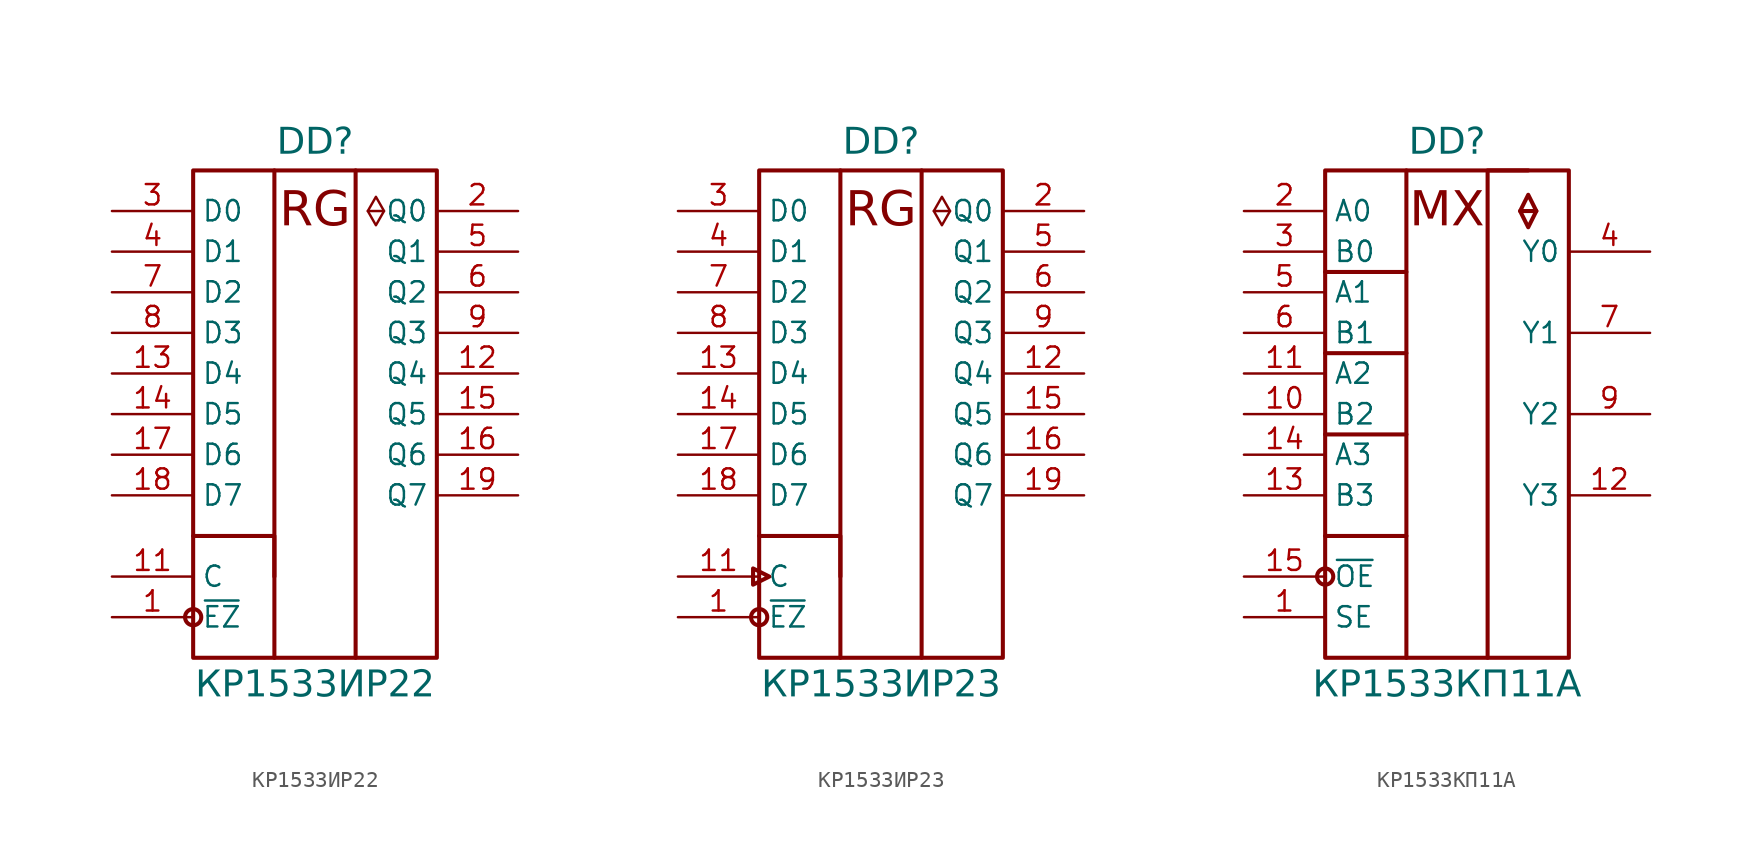
<source format=kicad_sym>
(kicad_symbol_lib
  (version 20241209)
  (generator "kicad_symbol_editor")
  (generator_version "9.0")
  (symbol "КР1533ИР22"
    (property "Reference" "DD"
      (at 12.7 3.302 0)
      (do_not_autoplace)
      (effects (font (face "Input Sans Condensed") (size 1.651 1.651)) (justify bottom)))
    (property "Value" "КР1533ИР22"
      (at 12.7 -28.702 0)
      (do_not_autoplace)
      (effects (font (face "Input Sans Condensed") (size 1.651 1.651)) (justify top)))
    (symbol "КР1533ИР22_0_0"
      (rectangle (start 5.08 2.54) (end 10.16 -27.94) (stroke (width 0.254) (type solid)) (fill (type none)))
      (polyline (pts (xy 5.08 -20.32) (xy 10.16 -20.32) (xy 10.16 -22.86)) (stroke (width 0.254) (type solid)) (fill (type none)))
      (circle (center 5.08 -25.4) (radius 0.508) (stroke (width 0.254) (type solid)) (fill (type color) (color 255 255 255 1)))
      (polyline (pts (xy 10.16 2.54) (xy 15.24 2.54)) (stroke (width 0.254) (type solid)) (fill (type none)))
      (polyline (pts (xy 10.16 -27.94) (xy 15.24 -27.94)) (stroke (width 0.254) (type solid)) (fill (type none)))
      (rectangle (start 15.24 2.54) (end 20.32 -27.94) (stroke (width 0.254) (type solid)) (fill (type none)))
      (pin input line (at 0 0 0) (length 5.08) (name "D0" (effects (font (size 1.27 1.27)))) (number "3" (effects (font (size 1.27 1.27)))))
      (pin input line (at 0 -2.54 0) (length 5.08) (name "D1" (effects (font (size 1.27 1.27)))) (number "4" (effects (font (size 1.27 1.27)))))
      (pin input line (at 0 -5.08 0) (length 5.08) (name "D2" (effects (font (size 1.27 1.27)))) (number "7" (effects (font (size 1.27 1.27)))))
      (pin input line (at 0 -7.62 0) (length 5.08) (name "D3" (effects (font (size 1.27 1.27)))) (number "8" (effects (font (size 1.27 1.27)))))
      (pin input line (at 0 -10.16 0) (length 5.08) (name "D4" (effects (font (size 1.27 1.27)))) (number "13" (effects (font (size 1.27 1.27)))))
      (pin input line (at 0 -12.7 0) (length 5.08) (name "D5" (effects (font (size 1.27 1.27)))) (number "14" (effects (font (size 1.27 1.27)))))
      (pin input line (at 0 -17.78 0) (length 5.08) (name "D7" (effects (font (size 1.27 1.27)))) (number "18" (effects (font (size 1.27 1.27)))))
      (pin input line (at 0 -22.86 0) (length 5.08) (name "C" (effects (font (size 1.27 1.27)))) (number "11" (effects (font (size 1.27 1.27))))))
    (symbol "КР1533ИР22_0_1"
      (polyline (pts (xy 16.002 0) (xy 17.018 0)) (stroke (width 0) (type default)) (fill (type none)))
      (polyline (pts (xy 16.51 0.889) (xy 16.002 0) (xy 16.51 -0.889) (xy 17.018 0) (xy 16.51 0.889)) (stroke (width 0) (type default)) (fill (type none))))
    (symbol "КР1533ИР22_1_0"
      (pin input line (at 0 -15.24 0) (length 5.08) (name "D6" (effects (font (size 1.27 1.27)))) (number "17" (effects (font (size 1.27 1.27)))))
      (pin input line (at 0 -25.4 0) (length 5.08) (name "~{EZ}" (effects (font (size 1.27 1.27)))) (number "1" (effects (font (size 1.27 1.27)))))
      (pin power_in line (at 22.86 -22.86 180) (length 2.54) (hide yes) (name "VCC" (effects (font (size 1.27 1.27)))) (number "20" (effects (font (size 1.27 1.27)))))
      (pin power_in line (at 22.86 -25.4 180) (length 2.54) (hide yes) (name "GND" (effects (font (size 1.27 1.27)))) (number "10" (effects (font (size 1.27 1.27)))))
      (pin tri_state line (at 25.4 0 180) (length 5.08) (name "Q0" (effects (font (size 1.27 1.27)))) (number "2" (effects (font (size 1.27 1.27)))))
      (pin tri_state line (at 25.4 -2.54 180) (length 5.08) (name "Q1" (effects (font (size 1.27 1.27)))) (number "5" (effects (font (size 1.27 1.27)))))
      (pin tri_state line (at 25.4 -5.08 180) (length 5.08) (name "Q2" (effects (font (size 1.27 1.27)))) (number "6" (effects (font (size 1.27 1.27)))))
      (pin tri_state line (at 25.4 -7.62 180) (length 5.08) (name "Q3" (effects (font (size 1.27 1.27)))) (number "9" (effects (font (size 1.27 1.27)))))
      (pin tri_state line (at 25.4 -10.16 180) (length 5.08) (name "Q4" (effects (font (size 1.27 1.27)))) (number "12" (effects (font (size 1.27 1.27)))))
      (pin tri_state line (at 25.4 -12.7 180) (length 5.08) (name "Q5" (effects (font (size 1.27 1.27)))) (number "15" (effects (font (size 1.27 1.27)))))
      (pin tri_state line (at 25.4 -15.24 180) (length 5.08) (name "Q6" (effects (font (size 1.27 1.27)))) (number "16" (effects (font (size 1.27 1.27)))))
      (pin tri_state line (at 25.4 -17.78 180) (length 5.08) (name "Q7" (effects (font (size 1.27 1.27)))) (number "19" (effects (font (size 1.27 1.27))))))
    (symbol "КР1533ИР22_1_1"
      (text "RG" (at 12.7 0 0) (effects (font (face "Input Sans Condensed") (size 2.159 2.159))))))
  (symbol "КР1533ИР23"
    (property "Reference" "DD"
      (at 12.7 3.302 0)
      (do_not_autoplace)
      (effects (font (face "Input Sans Condensed") (size 1.651 1.651)) (justify bottom)))
    (property "Value" "КР1533ИР23"
      (at 12.7 -28.702 0)
      (do_not_autoplace)
      (effects (font (face "Input Sans Condensed") (size 1.651 1.651)) (justify top)))
    (symbol "КР1533ИР23_0_0"
      (rectangle (start 5.08 2.54) (end 10.16 -27.94) (stroke (width 0.254) (type solid)) (fill (type none)))
      (polyline (pts (xy 5.08 -20.32) (xy 10.16 -20.32) (xy 10.16 -22.86)) (stroke (width 0.254) (type solid)) (fill (type none)))
      (circle (center 5.08 -25.4) (radius 0.508) (stroke (width 0.254) (type solid)) (fill (type color) (color 255 255 255 1)))
      (polyline (pts (xy 10.16 2.54) (xy 15.24 2.54)) (stroke (width 0.254) (type solid)) (fill (type none)))
      (polyline (pts (xy 10.16 -27.94) (xy 15.24 -27.94)) (stroke (width 0.254) (type solid)) (fill (type none)))
      (rectangle (start 15.24 2.54) (end 20.32 -27.94) (stroke (width 0.254) (type solid)) (fill (type none)))
      (pin input line (at 0 0 0) (length 5.08) (name "D0" (effects (font (size 1.27 1.27)))) (number "3" (effects (font (size 1.27 1.27)))))
      (pin input line (at 0 -2.54 0) (length 5.08) (name "D1" (effects (font (size 1.27 1.27)))) (number "4" (effects (font (size 1.27 1.27)))))
      (pin input line (at 0 -5.08 0) (length 5.08) (name "D2" (effects (font (size 1.27 1.27)))) (number "7" (effects (font (size 1.27 1.27)))))
      (pin input line (at 0 -7.62 0) (length 5.08) (name "D3" (effects (font (size 1.27 1.27)))) (number "8" (effects (font (size 1.27 1.27)))))
      (pin input line (at 0 -10.16 0) (length 5.08) (name "D4" (effects (font (size 1.27 1.27)))) (number "13" (effects (font (size 1.27 1.27)))))
      (pin input line (at 0 -12.7 0) (length 5.08) (name "D5" (effects (font (size 1.27 1.27)))) (number "14" (effects (font (size 1.27 1.27)))))
      (pin input line (at 0 -17.78 0) (length 5.08) (name "D7" (effects (font (size 1.27 1.27)))) (number "18" (effects (font (size 1.27 1.27)))))
      (pin input line (at 0 -22.86 0) (length 5.08) (name "C" (effects (font (size 1.27 1.27)))) (number "11" (effects (font (size 1.27 1.27))))))
    (symbol "КР1533ИР23_0_1"
      (polyline (pts (xy 4.699 -22.352) (xy 5.715 -22.86) (xy 4.699 -23.368) (xy 4.699 -22.352)) (stroke (width 0.254) (type default)) (fill (type color) (color 255 255 255 1)))
      (polyline (pts (xy 16.002 0) (xy 17.018 0)) (stroke (width 0) (type default)) (fill (type none)))
      (polyline (pts (xy 16.51 0.889) (xy 16.002 0) (xy 16.51 -0.889) (xy 17.018 0) (xy 16.51 0.889)) (stroke (width 0) (type default)) (fill (type none))))
    (symbol "КР1533ИР23_1_0"
      (pin input line (at 0 -15.24 0) (length 5.08) (name "D6" (effects (font (size 1.27 1.27)))) (number "17" (effects (font (size 1.27 1.27)))))
      (pin input line (at 0 -25.4 0) (length 5.08) (name "~{EZ}" (effects (font (size 1.27 1.27)))) (number "1" (effects (font (size 1.27 1.27)))))
      (pin power_in line (at 22.86 -22.86 180) (length 2.54) (hide yes) (name "VCC" (effects (font (size 1.27 1.27)))) (number "20" (effects (font (size 1.27 1.27)))))
      (pin power_in line (at 22.86 -25.4 180) (length 2.54) (hide yes) (name "GND" (effects (font (size 1.27 1.27)))) (number "10" (effects (font (size 1.27 1.27)))))
      (pin tri_state line (at 25.4 0 180) (length 5.08) (name "Q0" (effects (font (size 1.27 1.27)))) (number "2" (effects (font (size 1.27 1.27)))))
      (pin tri_state line (at 25.4 -2.54 180) (length 5.08) (name "Q1" (effects (font (size 1.27 1.27)))) (number "5" (effects (font (size 1.27 1.27)))))
      (pin tri_state line (at 25.4 -5.08 180) (length 5.08) (name "Q2" (effects (font (size 1.27 1.27)))) (number "6" (effects (font (size 1.27 1.27)))))
      (pin tri_state line (at 25.4 -7.62 180) (length 5.08) (name "Q3" (effects (font (size 1.27 1.27)))) (number "9" (effects (font (size 1.27 1.27)))))
      (pin tri_state line (at 25.4 -10.16 180) (length 5.08) (name "Q4" (effects (font (size 1.27 1.27)))) (number "12" (effects (font (size 1.27 1.27)))))
      (pin tri_state line (at 25.4 -12.7 180) (length 5.08) (name "Q5" (effects (font (size 1.27 1.27)))) (number "15" (effects (font (size 1.27 1.27)))))
      (pin tri_state line (at 25.4 -15.24 180) (length 5.08) (name "Q6" (effects (font (size 1.27 1.27)))) (number "16" (effects (font (size 1.27 1.27)))))
      (pin tri_state line (at 25.4 -17.78 180) (length 5.08) (name "Q7" (effects (font (size 1.27 1.27)))) (number "19" (effects (font (size 1.27 1.27))))))
    (symbol "КР1533ИР23_1_1"
      (text "RG" (at 12.7 0 0) (effects (font (face "Input Sans Condensed") (size 2.159 2.159))))))
  (symbol "КР1533КП11A"
    (property "Reference" "DD"
      (at 12.7 3.302 0)
      (do_not_autoplace)
      (effects (font (face "Input Sans Condensed") (size 1.651 1.651)) (justify bottom)))
    (property "Value" "КР1533КП11A"
      (at 12.7 -28.702 0)
      (do_not_autoplace)
      (effects (font (face "Input Sans Condensed") (size 1.651 1.651)) (justify top)))
    (symbol "КР1533КП11A_0_0"
      (rectangle (start 5.08 2.54) (end 10.16 -27.94) (stroke (width 0.254) (type solid)) (fill (type none)))
      (polyline (pts (xy 5.08 -3.81) (xy 10.16 -3.81) (xy 8.89 -3.81)) (stroke (width 0.254) (type solid)) (fill (type none)))
      (polyline (pts (xy 5.08 -8.89) (xy 10.16 -8.89)) (stroke (width 0.254) (type solid)) (fill (type none)))
      (polyline (pts (xy 5.08 -13.97) (xy 10.16 -13.97)) (stroke (width 0.254) (type solid)) (fill (type none)))
      (polyline (pts (xy 5.08 -20.32) (xy 10.16 -20.32)) (stroke (width 0.254) (type solid)) (fill (type none)))
      (circle (center 5.08 -22.86) (radius 0.508) (stroke (width 0.254) (type solid)) (fill (type color) (color 255 255 255 1)))
      (polyline (pts (xy 10.16 2.54) (xy 17.78 2.54)) (stroke (width 0.254) (type solid)) (fill (type none)))
      (polyline (pts (xy 10.16 -27.94) (xy 15.24 -27.94)) (stroke (width 0.254) (type solid)) (fill (type none)))
      (rectangle (start 15.24 2.54) (end 20.32 -27.94) (stroke (width 0.254) (type solid)) (fill (type none)))
      (polyline (pts (xy 17.272 0) (xy 18.288 0)) (stroke (width 0.254) (type solid)) (fill (type none)))
      (polyline (pts (xy 17.78 1.016) (xy 17.272 0) (xy 17.78 -1.016) (xy 18.288 0) (xy 17.78 1.016)) (stroke (width 0.254) (type solid)) (fill (type none))))
    (symbol "КР1533КП11A_1_0"
      (pin input line (at 0 0 0) (length 5.08) (name "A0" (effects (font (size 1.27 1.27)))) (number "2" (effects (font (size 1.27 1.27)))))
      (pin input line (at 0 -2.54 0) (length 5.08) (name "B0" (effects (font (size 1.27 1.27)))) (number "3" (effects (font (size 1.27 1.27)))))
      (pin input line (at 0 -5.08 0) (length 5.08) (name "A1" (effects (font (size 1.27 1.27)))) (number "5" (effects (font (size 1.27 1.27)))))
      (pin input line (at 0 -7.62 0) (length 5.08) (name "B1" (effects (font (size 1.27 1.27)))) (number "6" (effects (font (size 1.27 1.27)))))
      (pin input line (at 0 -10.16 0) (length 5.08) (name "A2" (effects (font (size 1.27 1.27)))) (number "11" (effects (font (size 1.27 1.27)))))
      (pin input line (at 0 -12.7 0) (length 5.08) (name "B2" (effects (font (size 1.27 1.27)))) (number "10" (effects (font (size 1.27 1.27)))))
      (pin input line (at 0 -15.24 0) (length 5.08) (name "A3" (effects (font (size 1.27 1.27)))) (number "14" (effects (font (size 1.27 1.27)))))
      (pin input line (at 0 -17.78 0) (length 5.08) (name "B3" (effects (font (size 1.27 1.27)))) (number "13" (effects (font (size 1.27 1.27)))))
      (pin input line (at 0 -22.86 0) (length 5.08) (name "~{OE}" (effects (font (size 1.27 1.27)))) (number "15" (effects (font (size 1.27 1.27)))))
      (pin input line (at 0 -25.4 0) (length 5.08) (name "SE" (effects (font (size 1.27 1.27)))) (number "1" (effects (font (size 1.27 1.27)))))
      (pin power_in line (at 21.59 -22.86 180) (length 1.27) (hide yes) (name "VCC" (effects (font (size 0.635 0.635)))) (number "16" (effects (font (size 0.635 0.635)))))
      (pin power_in line (at 21.59 -25.4 180) (length 1.27) (hide yes) (name "GND" (effects (font (size 0.635 0.635)))) (number "8" (effects (font (size 0.635 0.635)))))
      (pin tri_state line (at 25.4 -2.54 180) (length 5.08) (name "Y0" (effects (font (size 1.27 1.27)))) (number "4" (effects (font (size 1.27 1.27)))))
      (pin tri_state line (at 25.4 -7.62 180) (length 5.08) (name "Y1" (effects (font (size 1.27 1.27)))) (number "7" (effects (font (size 1.27 1.27)))))
      (pin tri_state line (at 25.4 -12.7 180) (length 5.08) (name "Y2" (effects (font (size 1.27 1.27)))) (number "9" (effects (font (size 1.27 1.27)))))
      (pin tri_state line (at 25.4 -17.78 180) (length 5.08) (name "Y3" (effects (font (size 1.27 1.27)))) (number "12" (effects (font (size 1.27 1.27))))))
    (symbol "КР1533КП11A_1_1"
      (text "MX" (at 12.7 0 0) (effects (font (face "Input Sans Condensed") (size 2.159 2.159)))))))
</source>
